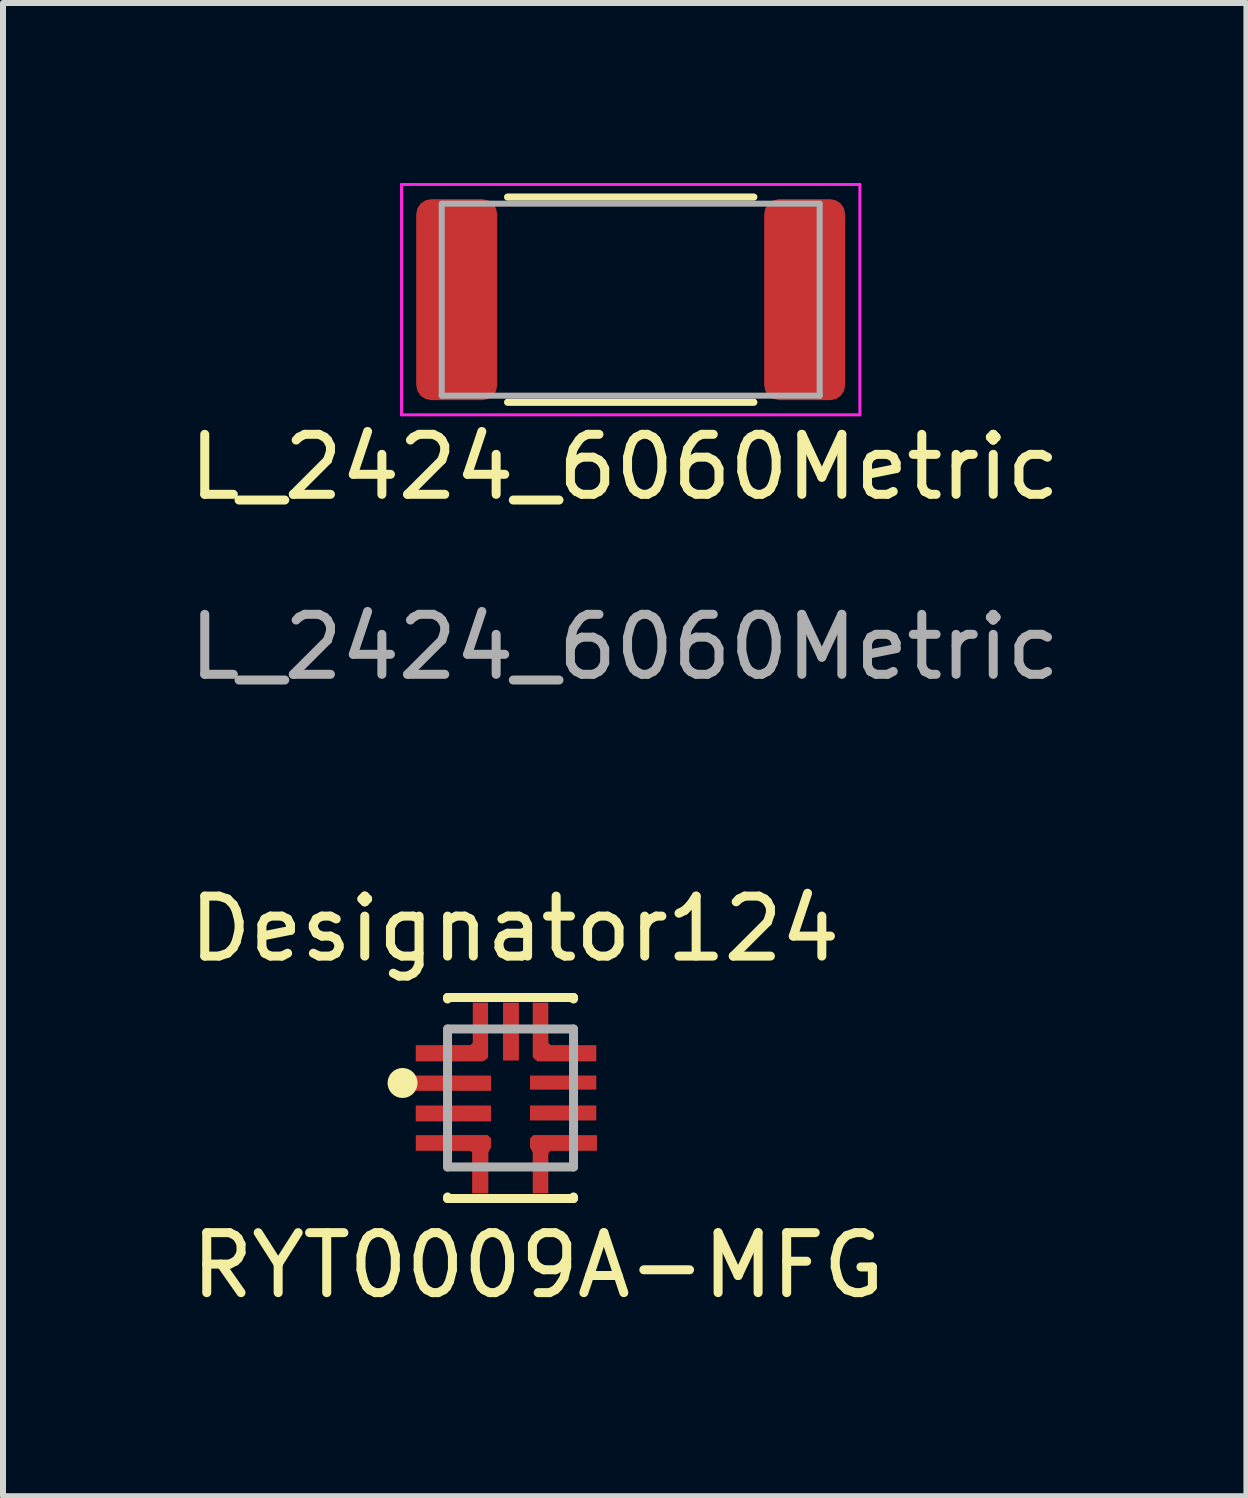
<source format=kicad_pcb>
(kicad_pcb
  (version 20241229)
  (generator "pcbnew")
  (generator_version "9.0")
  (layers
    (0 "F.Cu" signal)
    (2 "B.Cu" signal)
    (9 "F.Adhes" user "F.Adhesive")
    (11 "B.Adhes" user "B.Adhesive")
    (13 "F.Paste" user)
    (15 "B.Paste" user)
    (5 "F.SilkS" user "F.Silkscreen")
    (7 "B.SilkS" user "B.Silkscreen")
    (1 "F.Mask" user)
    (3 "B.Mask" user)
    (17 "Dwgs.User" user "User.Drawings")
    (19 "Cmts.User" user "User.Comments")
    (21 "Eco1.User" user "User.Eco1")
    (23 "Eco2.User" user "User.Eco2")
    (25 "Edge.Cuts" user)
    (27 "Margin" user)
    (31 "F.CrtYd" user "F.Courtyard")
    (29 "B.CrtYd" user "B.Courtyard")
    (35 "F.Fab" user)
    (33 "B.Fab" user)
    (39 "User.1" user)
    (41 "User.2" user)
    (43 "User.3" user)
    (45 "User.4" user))
  (footprint "L_2424_6060Metric"
    (layer "F.Cu")
    (at 7.363 5.235)
    (property "Reference" "L_2424_6060Metric" (at 0 -0.5 0) (unlocked yes) (layer "F.SilkS") (effects (font (size 1 1) (thickness 0.15))))
    (attr smd)
    (fp_line (start -1.952 -5) (end 2.152 -5) (stroke (width 0.12) (type solid)) (layer "F.SilkS"))
    (fp_line (start -1.952 -1.58) (end 2.152 -1.58) (stroke (width 0.12) (type solid)) (layer "F.SilkS"))
    (fp_line (start -3.72 -5.21) (end 3.92 -5.21) (stroke (width 0.05) (type solid)) (layer "F.CrtYd"))
    (fp_line (start -3.72 -1.37) (end -3.72 -5.21) (stroke (width 0.05) (type solid)) (layer "F.CrtYd"))
    (fp_line (start 3.92 -5.21) (end 3.92 -1.37) (stroke (width 0.05) (type solid)) (layer "F.CrtYd"))
    (fp_line (start 3.92 -1.37) (end -3.72 -1.37) (stroke (width 0.05) (type solid)) (layer "F.CrtYd"))
    (fp_line (start -3.05 -4.89) (end 3.25 -4.89) (stroke (width 0.1) (type solid)) (layer "F.Fab"))
    (fp_line (start -3.05 -1.69) (end -3.05 -4.89) (stroke (width 0.1) (type solid)) (layer "F.Fab"))
    (fp_line (start 3.25 -4.89) (end 3.25 -1.69) (stroke (width 0.1) (type solid)) (layer "F.Fab"))
    (fp_line (start 3.25 -1.69) (end -3.05 -1.69) (stroke (width 0.1) (type solid)) (layer "F.Fab"))
    (fp_text user "${REFERENCE}" (at 0 2.5 0) (unlocked yes) (layer "F.Fab") (effects (font (size 1 1) (thickness 0.15))))
    (pad "1" smd roundrect (at -2.8 -3.29) (size 1.35 3.35) (layers "F.Cu" "F.Mask" "F.Paste") (roundrect_rratio 0.185))
    (pad "2" smd roundrect (at 3 -3.29) (size 1.35 3.35) (layers "F.Cu" "F.Mask" "F.Paste") (roundrect_rratio 0.185)))
  (footprint "RYT0009A-MFG"
    (layer "F.Cu")
    (at 5.46 15.252)
    (property "Reference" "RYT0009A-MFG" (at 0.46 2.79 0) (unlocked yes) (layer "F.SilkS") (effects (font (size 1 1) (thickness 0.15))))
    (attr smd)
    (fp_poly (pts (xy -1.2 -0.825) (xy -1.15 -0.875) (xy -0.675 -0.875) (xy -0.625 -0.925) (xy -0.625 -1.225) (xy -0.575 -1.275) (xy -0.425 -1.275) (xy -0.375 -1.225) (xy -0.375 -0.675) (xy -0.425 -0.625) (xy -1.15 -0.625) (xy -1.2 -0.675)) (stroke (width 0) (type solid)) (fill yes) (layer "F.Cu"))
    (fp_poly (pts (xy 1.2 -0.825) (xy 1.15 -0.875) (xy 0.675 -0.875) (xy 0.625 -0.925) (xy 0.625 -1.225) (xy 0.575 -1.275) (xy 0.425 -1.275) (xy 0.375 -1.225) (xy 0.375 -0.675) (xy 0.425 -0.625) (xy 1.15 -0.625) (xy 1.2 -0.675)) (stroke (width 0) (type solid)) (fill yes) (layer "F.Cu"))
    (fp_poly (pts (xy -1.2 0.825) (xy -1.15 0.875) (xy -0.675 0.875) (xy -0.625 0.925) (xy -0.625 1.225) (xy -0.575 1.275) (xy -0.425 1.275) (xy -0.375 1.225) (xy -0.375 0.912) (xy -0.35 0.868) (xy -0.325 0.825) (xy -0.325 0.675) (xy -0.375 0.625) (xy -1.15 0.625) (xy -1.2 0.675)) (stroke (width 0) (type solid)) (fill yes) (layer "F.Cu"))
    (fp_poly (pts (xy 1.2 0.825) (xy 1.15 0.875) (xy 0.675 0.875) (xy 0.625 0.925) (xy 0.625 1.225) (xy 0.575 1.275) (xy 0.425 1.275) (xy 0.375 1.225) (xy 0.375 0.912) (xy 0.35 0.868) (xy 0.325 0.825) (xy 0.325 0.675) (xy 0.375 0.625) (xy 1.15 0.625) (xy 1.2 0.675)) (stroke (width 0) (type solid)) (fill yes) (layer "F.Cu"))
    (fp_poly (pts (xy -1.2 -0.825) (xy -1.15 -0.875) (xy -0.675 -0.875) (xy -0.625 -0.925) (xy -0.625 -1.225) (xy -0.575 -1.275) (xy -0.425 -1.275) (xy -0.375 -1.225) (xy -0.375 -0.675) (xy -0.425 -0.625) (xy -1.15 -0.625) (xy -1.2 -0.675)) (stroke (width 0) (type solid)) (fill yes) (layer "F.Mask"))
    (fp_poly (pts (xy 1.2 -0.825) (xy 1.2 -0.675) (xy 1.15 -0.625) (xy 0.425 -0.625) (xy 0.375 -0.675) (xy 0.375 -1.225) (xy 0.425 -1.275) (xy 0.575 -1.275) (xy 0.625 -1.225) (xy 0.625 -0.925) (xy 0.675 -0.875) (xy 1.15 -0.875)) (stroke (width 0) (type solid)) (fill yes) (layer "F.Mask"))
    (fp_poly (pts (xy -1.2 0.825) (xy -1.2 0.675) (xy -1.15 0.625) (xy -0.375 0.625) (xy -0.325 0.675) (xy -0.325 0.825) (xy -0.35 0.868) (xy -0.375 0.912) (xy -0.375 1.225) (xy -0.425 1.275) (xy -0.575 1.275) (xy -0.625 1.225) (xy -0.625 0.925) (xy -0.675 0.875) (xy -1.15 0.875)) (stroke (width 0) (type solid)) (fill yes) (layer "F.Mask"))
    (fp_poly (pts (xy 1.2 0.825) (xy 1.15 0.875) (xy 0.675 0.875) (xy 0.625 0.925) (xy 0.625 1.225) (xy 0.575 1.275) (xy 0.425 1.275) (xy 0.375 1.225) (xy 0.375 0.912) (xy 0.35 0.868) (xy 0.325 0.825) (xy 0.325 0.675) (xy 0.375 0.625) (xy 1.15 0.625) (xy 1.2 0.675)) (stroke (width 0) (type solid)) (fill yes) (layer "F.Mask"))
    (fp_line (start -1.05 -1.675) (end 1.05 -1.675) (stroke (width 0.15) (type solid)) (layer "F.SilkS"))
    (fp_line (start -1.05 -1.65) (end -1.05 -1.675) (stroke (width 0.15) (type solid)) (layer "F.SilkS"))
    (fp_line (start -1.05 1.675) (end -1.05 1.65) (stroke (width 0.15) (type solid)) (layer "F.SilkS"))
    (fp_line (start -1.05 1.675) (end 1.05 1.675) (stroke (width 0.15) (type solid)) (layer "F.SilkS"))
    (fp_line (start 1.05 -1.65) (end 1.05 -1.675) (stroke (width 0.15) (type solid)) (layer "F.SilkS"))
    (fp_line (start 1.05 1.675) (end 1.05 1.65) (stroke (width 0.15) (type solid)) (layer "F.SilkS"))
    (fp_circle (center -1.8 -0.25) (end -1.675 -0.25) (stroke (width 0.25) (type solid)) (fill no) (layer "F.SilkS"))
    (fp_poly (pts (xy -1.2 -0.825) (xy -1.15 -0.875) (xy -0.675 -0.875) (xy -0.625 -0.925) (xy -0.625 -1.225) (xy -0.575 -1.275) (xy -0.425 -1.275) (xy -0.375 -1.225) (xy -0.375 -0.675) (xy -0.425 -0.625) (xy -1.15 -0.625) (xy -1.2 -0.675)) (stroke (width 0) (type solid)) (fill yes) (layer "F.Paste"))
    (fp_poly (pts (xy 1.2 -0.825) (xy 1.2 -0.675) (xy 1.15 -0.625) (xy 0.425 -0.625) (xy 0.375 -0.675) (xy 0.375 -1.225) (xy 0.425 -1.275) (xy 0.575 -1.275) (xy 0.625 -1.225) (xy 0.625 -0.925) (xy 0.675 -0.875) (xy 1.15 -0.875)) (stroke (width 0) (type solid)) (fill yes) (layer "F.Paste"))
    (fp_poly (pts (xy -1.2 0.825) (xy -1.2 0.675) (xy -1.15 0.625) (xy -0.375 0.625) (xy -0.325 0.675) (xy -0.325 0.825) (xy -0.35 0.868) (xy -0.375 0.912) (xy -0.375 1.225) (xy -0.425 1.275) (xy -0.575 1.275) (xy -0.625 1.225) (xy -0.625 0.925) (xy -0.675 0.875) (xy -1.15 0.875)) (stroke (width 0) (type solid)) (fill yes) (layer "F.Paste"))
    (fp_poly (pts (xy 1.2 0.825) (xy 1.15 0.875) (xy 0.675 0.875) (xy 0.625 0.925) (xy 0.625 1.225) (xy 0.575 1.275) (xy 0.425 1.275) (xy 0.375 1.225) (xy 0.375 0.912) (xy 0.35 0.868) (xy 0.325 0.825) (xy 0.325 0.675) (xy 0.375 0.625) (xy 1.15 0.625) (xy 1.2 0.675)) (stroke (width 0) (type solid)) (fill yes) (layer "F.Paste"))
    (fp_line (start -1.05 -1.15) (end 1.05 -1.15) (stroke (width 0.15) (type solid)) (layer "F.Fab"))
    (fp_line (start -1.05 1.15) (end -1.05 -1.15) (stroke (width 0.15) (type solid)) (layer "F.Fab"))
    (fp_line (start -1.05 1.15) (end 1.05 1.15) (stroke (width 0.15) (type solid)) (layer "F.Fab"))
    (fp_line (start 1.05 1.15) (end 1.05 -1.15) (stroke (width 0.15) (type solid)) (layer "F.Fab"))
    (fp_text user "Designator124" (at 0.07 -2.82 0) (unlocked yes) (layer "F.SilkS") (effects (font (size 1 1) (thickness 0.15))))
    (pad "1" smd rect (at -0.953 -0.247) (size 1.255 0.255) (layers "F.Cu" "F.Mask" "F.Paste"))
    (pad "2" smd rect (at -0.953 0.258) (size 1.255 0.265) (layers "F.Cu" "F.Mask" "F.Paste"))
    (pad "3" smd rect (at -0.978 0.75 90) (size 0.26 1.203) (layers "F.Cu" "F.Mask" "F.Paste"))
    (pad "3" smd rect (at -0.505 1.149) (size 0.27 0.883) (layers "F.Cu" "F.Mask" "F.Paste"))
    (pad "4" smd rect (at 0.5 1.119) (size 0.26 0.942) (layers "F.Cu" "F.Mask" "F.Paste"))
    (pad "4" smd rect (at 0.907 0.75 90) (size 0.26 1.066) (layers "F.Cu" "F.Mask" "F.Paste"))
    (pad "5" smd rect (at 0.877 0.25) (size 1.105 0.25) (layers "F.Cu" "F.Mask" "F.Paste"))
    (pad "6" smd rect (at 0.877 -0.257) (size 1.105 0.235) (layers "F.Cu" "F.Mask" "F.Paste"))
    (pad "7" smd rect (at 0.5 -1.137 90) (size 0.905 0.26) (layers "F.Cu" "F.Mask" "F.Paste"))
    (pad "7" smd rect (at 0.935 -0.745) (size 0.99 0.27) (layers "F.Cu" "F.Mask" "F.Paste"))
    (pad "8" smd rect (at 0.007 -1.107) (size 0.265 0.965) (layers "F.Cu" "F.Mask" "F.Paste"))
    (pad "9" smd rect (at -1.015 -0.745) (size 1.13 0.27) (layers "F.Cu" "F.Mask" "F.Paste"))
    (pad "9" smd rect (at -0.502 -1.135 90) (size 0.91 0.255) (layers "F.Cu" "F.Mask" "F.Paste")))
  (gr_rect
    (start -3 -3)
    (end 17.726 21.89)
    (stroke (width 0.1) (type default))
    (fill no)
    (layer "Edge.Cuts")))
</source>
